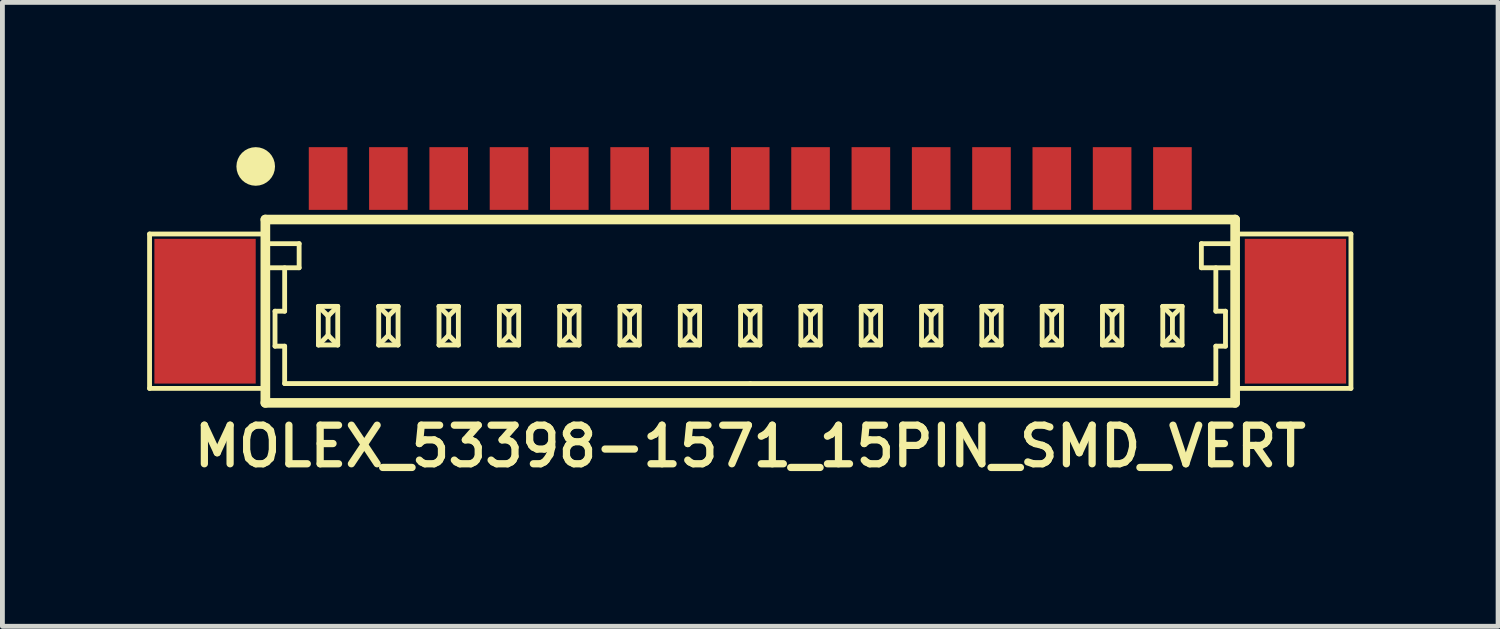
<source format=kicad_pcb>
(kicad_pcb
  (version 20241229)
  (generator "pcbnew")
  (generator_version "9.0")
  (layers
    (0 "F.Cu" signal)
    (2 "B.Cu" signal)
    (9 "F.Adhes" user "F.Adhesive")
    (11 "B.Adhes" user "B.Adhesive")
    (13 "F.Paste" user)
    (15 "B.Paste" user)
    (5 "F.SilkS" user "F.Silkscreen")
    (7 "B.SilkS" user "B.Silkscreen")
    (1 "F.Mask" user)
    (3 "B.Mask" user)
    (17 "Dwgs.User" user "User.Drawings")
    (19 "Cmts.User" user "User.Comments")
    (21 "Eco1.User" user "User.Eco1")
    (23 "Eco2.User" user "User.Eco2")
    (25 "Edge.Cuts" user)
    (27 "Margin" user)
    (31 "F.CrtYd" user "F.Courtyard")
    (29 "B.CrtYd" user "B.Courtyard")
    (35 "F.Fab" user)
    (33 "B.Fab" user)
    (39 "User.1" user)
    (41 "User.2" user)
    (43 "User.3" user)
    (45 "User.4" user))
  (footprint "MOLEX_53398-1571_15PIN_SMD_VERT"
    (layer "F.Cu")
    (at 12.5 3.4)
    (property "Reference" "MOLEX_53398-1571_15PIN_SMD_VERT" (at 0 2.8 0) (layer "F.SilkS") (effects (font (size 0.8 0.8) (thickness 0.15))))
    (attr through_hole)
    (fp_line (start -12.45 -1.6) (end -10.05 -1.6) (stroke (width 0.1) (type solid)) (layer "F.SilkS"))
    (fp_line (start -12.45 1.6) (end -12.45 -1.6) (stroke (width 0.1) (type solid)) (layer "F.SilkS"))
    (fp_line (start -10.05 -1.9) (end -10.05 1.9) (stroke (width 0.2) (type solid)) (layer "F.SilkS"))
    (fp_line (start -10.05 -1.9) (end 10.05 -1.9) (stroke (width 0.2) (type solid)) (layer "F.SilkS"))
    (fp_line (start -10.05 -0.9) (end -9.35 -0.9) (stroke (width 0.1) (type solid)) (layer "F.SilkS"))
    (fp_line (start -10.05 1.6) (end -12.45 1.6) (stroke (width 0.1) (type solid)) (layer "F.SilkS"))
    (fp_line (start -10.05 1.9) (end 10.05 1.9) (stroke (width 0.2) (type solid)) (layer "F.SilkS"))
    (fp_line (start -9.85 0) (end -9.65 0) (stroke (width 0.1) (type solid)) (layer "F.SilkS"))
    (fp_line (start -9.85 0.725) (end -9.85 0) (stroke (width 0.1) (type solid)) (layer "F.SilkS"))
    (fp_line (start -9.65 0) (end -9.65 -0.9) (stroke (width 0.1) (type solid)) (layer "F.SilkS"))
    (fp_line (start -9.65 0.725) (end -9.85 0.725) (stroke (width 0.1) (type solid)) (layer "F.SilkS"))
    (fp_line (start -9.65 1.5) (end -9.65 0.725) (stroke (width 0.1) (type solid)) (layer "F.SilkS"))
    (fp_line (start -9.35 -1.4) (end -10.05 -1.4) (stroke (width 0.1) (type solid)) (layer "F.SilkS"))
    (fp_line (start -9.35 -0.9) (end -9.35 -1.4) (stroke (width 0.1) (type solid)) (layer "F.SilkS"))
    (fp_line (start -8.95 -0.1) (end -8.95 0.7) (stroke (width 0.1) (type solid)) (layer "F.SilkS"))
    (fp_line (start -8.95 -0.1) (end -8.75 0.1) (stroke (width 0.1) (type solid)) (layer "F.SilkS"))
    (fp_line (start -8.95 -0.1) (end -8.55 -0.1) (stroke (width 0.1) (type solid)) (layer "F.SilkS"))
    (fp_line (start -8.95 0.7) (end -8.75 0.5) (stroke (width 0.1) (type solid)) (layer "F.SilkS"))
    (fp_line (start -8.95 0.7) (end -8.55 0.7) (stroke (width 0.1) (type solid)) (layer "F.SilkS"))
    (fp_line (start -8.75 0.1) (end -8.55 -0.1) (stroke (width 0.1) (type solid)) (layer "F.SilkS"))
    (fp_line (start -8.75 0.5) (end -8.75 0.1) (stroke (width 0.1) (type solid)) (layer "F.SilkS"))
    (fp_line (start -8.75 0.5) (end -8.55 0.7) (stroke (width 0.1) (type solid)) (layer "F.SilkS"))
    (fp_line (start -8.55 -0.1) (end -8.55 0.7) (stroke (width 0.1) (type solid)) (layer "F.SilkS"))
    (fp_line (start -7.7 -0.1) (end -7.7 0.7) (stroke (width 0.1) (type solid)) (layer "F.SilkS"))
    (fp_line (start -7.7 -0.1) (end -7.5 0.1) (stroke (width 0.1) (type solid)) (layer "F.SilkS"))
    (fp_line (start -7.7 -0.1) (end -7.3 -0.1) (stroke (width 0.1) (type solid)) (layer "F.SilkS"))
    (fp_line (start -7.7 0.7) (end -7.5 0.5) (stroke (width 0.1) (type solid)) (layer "F.SilkS"))
    (fp_line (start -7.7 0.7) (end -7.3 0.7) (stroke (width 0.1) (type solid)) (layer "F.SilkS"))
    (fp_line (start -7.5 0.1) (end -7.3 -0.1) (stroke (width 0.1) (type solid)) (layer "F.SilkS"))
    (fp_line (start -7.5 0.5) (end -7.5 0.1) (stroke (width 0.1) (type solid)) (layer "F.SilkS"))
    (fp_line (start -7.5 0.5) (end -7.3 0.7) (stroke (width 0.1) (type solid)) (layer "F.SilkS"))
    (fp_line (start -7.3 -0.1) (end -7.3 0.7) (stroke (width 0.1) (type solid)) (layer "F.SilkS"))
    (fp_line (start -6.45 -0.1) (end -6.45 0.7) (stroke (width 0.1) (type solid)) (layer "F.SilkS"))
    (fp_line (start -6.45 -0.1) (end -6.25 0.1) (stroke (width 0.1) (type solid)) (layer "F.SilkS"))
    (fp_line (start -6.45 -0.1) (end -6.05 -0.1) (stroke (width 0.1) (type solid)) (layer "F.SilkS"))
    (fp_line (start -6.45 0.7) (end -6.25 0.5) (stroke (width 0.1) (type solid)) (layer "F.SilkS"))
    (fp_line (start -6.45 0.7) (end -6.05 0.7) (stroke (width 0.1) (type solid)) (layer "F.SilkS"))
    (fp_line (start -6.25 0.1) (end -6.05 -0.1) (stroke (width 0.1) (type solid)) (layer "F.SilkS"))
    (fp_line (start -6.25 0.5) (end -6.25 0.1) (stroke (width 0.1) (type solid)) (layer "F.SilkS"))
    (fp_line (start -6.25 0.5) (end -6.05 0.7) (stroke (width 0.1) (type solid)) (layer "F.SilkS"))
    (fp_line (start -6.05 -0.1) (end -6.05 0.7) (stroke (width 0.1) (type solid)) (layer "F.SilkS"))
    (fp_line (start -5.2 -0.1) (end -5.2 0.7) (stroke (width 0.1) (type solid)) (layer "F.SilkS"))
    (fp_line (start -5.2 -0.1) (end -5 0.1) (stroke (width 0.1) (type solid)) (layer "F.SilkS"))
    (fp_line (start -5.2 -0.1) (end -4.8 -0.1) (stroke (width 0.1) (type solid)) (layer "F.SilkS"))
    (fp_line (start -5.2 0.7) (end -5 0.5) (stroke (width 0.1) (type solid)) (layer "F.SilkS"))
    (fp_line (start -5.2 0.7) (end -4.8 0.7) (stroke (width 0.1) (type solid)) (layer "F.SilkS"))
    (fp_line (start -5 0.1) (end -4.8 -0.1) (stroke (width 0.1) (type solid)) (layer "F.SilkS"))
    (fp_line (start -5 0.5) (end -5 0.1) (stroke (width 0.1) (type solid)) (layer "F.SilkS"))
    (fp_line (start -5 0.5) (end -4.8 0.7) (stroke (width 0.1) (type solid)) (layer "F.SilkS"))
    (fp_line (start -4.8 -0.1) (end -4.8 0.7) (stroke (width 0.1) (type solid)) (layer "F.SilkS"))
    (fp_line (start -3.95 -0.1) (end -3.95 0.7) (stroke (width 0.1) (type solid)) (layer "F.SilkS"))
    (fp_line (start -3.95 -0.1) (end -3.75 0.1) (stroke (width 0.1) (type solid)) (layer "F.SilkS"))
    (fp_line (start -3.95 -0.1) (end -3.55 -0.1) (stroke (width 0.1) (type solid)) (layer "F.SilkS"))
    (fp_line (start -3.95 0.7) (end -3.75 0.5) (stroke (width 0.1) (type solid)) (layer "F.SilkS"))
    (fp_line (start -3.95 0.7) (end -3.55 0.7) (stroke (width 0.1) (type solid)) (layer "F.SilkS"))
    (fp_line (start -3.75 0.1) (end -3.55 -0.1) (stroke (width 0.1) (type solid)) (layer "F.SilkS"))
    (fp_line (start -3.75 0.5) (end -3.75 0.1) (stroke (width 0.1) (type solid)) (layer "F.SilkS"))
    (fp_line (start -3.75 0.5) (end -3.55 0.7) (stroke (width 0.1) (type solid)) (layer "F.SilkS"))
    (fp_line (start -3.55 -0.1) (end -3.55 0.7) (stroke (width 0.1) (type solid)) (layer "F.SilkS"))
    (fp_line (start -2.7 -0.1) (end -2.7 0.7) (stroke (width 0.1) (type solid)) (layer "F.SilkS"))
    (fp_line (start -2.7 -0.1) (end -2.5 0.1) (stroke (width 0.1) (type solid)) (layer "F.SilkS"))
    (fp_line (start -2.7 -0.1) (end -2.3 -0.1) (stroke (width 0.1) (type solid)) (layer "F.SilkS"))
    (fp_line (start -2.7 0.7) (end -2.5 0.5) (stroke (width 0.1) (type solid)) (layer "F.SilkS"))
    (fp_line (start -2.7 0.7) (end -2.3 0.7) (stroke (width 0.1) (type solid)) (layer "F.SilkS"))
    (fp_line (start -2.5 0.1) (end -2.3 -0.1) (stroke (width 0.1) (type solid)) (layer "F.SilkS"))
    (fp_line (start -2.5 0.5) (end -2.5 0.1) (stroke (width 0.1) (type solid)) (layer "F.SilkS"))
    (fp_line (start -2.5 0.5) (end -2.3 0.7) (stroke (width 0.1) (type solid)) (layer "F.SilkS"))
    (fp_line (start -2.3 -0.1) (end -2.3 0.7) (stroke (width 0.1) (type solid)) (layer "F.SilkS"))
    (fp_line (start -1.45 -0.1) (end -1.45 0.7) (stroke (width 0.1) (type solid)) (layer "F.SilkS"))
    (fp_line (start -1.45 -0.1) (end -1.25 0.1) (stroke (width 0.1) (type solid)) (layer "F.SilkS"))
    (fp_line (start -1.45 -0.1) (end -1.05 -0.1) (stroke (width 0.1) (type solid)) (layer "F.SilkS"))
    (fp_line (start -1.45 0.7) (end -1.25 0.5) (stroke (width 0.1) (type solid)) (layer "F.SilkS"))
    (fp_line (start -1.45 0.7) (end -1.05 0.7) (stroke (width 0.1) (type solid)) (layer "F.SilkS"))
    (fp_line (start -1.25 0.1) (end -1.05 -0.1) (stroke (width 0.1) (type solid)) (layer "F.SilkS"))
    (fp_line (start -1.25 0.5) (end -1.25 0.1) (stroke (width 0.1) (type solid)) (layer "F.SilkS"))
    (fp_line (start -1.25 0.5) (end -1.05 0.7) (stroke (width 0.1) (type solid)) (layer "F.SilkS"))
    (fp_line (start -1.05 -0.1) (end -1.05 0.7) (stroke (width 0.1) (type solid)) (layer "F.SilkS"))
    (fp_line (start -0.2 -0.1) (end -0.2 0.7) (stroke (width 0.1) (type solid)) (layer "F.SilkS"))
    (fp_line (start -0.2 -0.1) (end 0 0.1) (stroke (width 0.1) (type solid)) (layer "F.SilkS"))
    (fp_line (start -0.2 -0.1) (end 0.2 -0.1) (stroke (width 0.1) (type solid)) (layer "F.SilkS"))
    (fp_line (start -0.2 0.7) (end 0 0.5) (stroke (width 0.1) (type solid)) (layer "F.SilkS"))
    (fp_line (start -0.2 0.7) (end 0.2 0.7) (stroke (width 0.1) (type solid)) (layer "F.SilkS"))
    (fp_line (start 0 0.1) (end 0.2 -0.1) (stroke (width 0.1) (type solid)) (layer "F.SilkS"))
    (fp_line (start 0 0.5) (end 0 0.1) (stroke (width 0.1) (type solid)) (layer "F.SilkS"))
    (fp_line (start 0 0.5) (end 0.2 0.7) (stroke (width 0.1) (type solid)) (layer "F.SilkS"))
    (fp_line (start 0 1.5) (end -9.65 1.5) (stroke (width 0.1) (type solid)) (layer "F.SilkS"))
    (fp_line (start 0 1.5) (end 9.65 1.5) (stroke (width 0.1) (type solid)) (layer "F.SilkS"))
    (fp_line (start 0.2 -0.1) (end 0.2 0.7) (stroke (width 0.1) (type solid)) (layer "F.SilkS"))
    (fp_line (start 1.05 -0.1) (end 1.05 0.7) (stroke (width 0.1) (type solid)) (layer "F.SilkS"))
    (fp_line (start 1.05 -0.1) (end 1.25 0.1) (stroke (width 0.1) (type solid)) (layer "F.SilkS"))
    (fp_line (start 1.05 -0.1) (end 1.45 -0.1) (stroke (width 0.1) (type solid)) (layer "F.SilkS"))
    (fp_line (start 1.05 0.7) (end 1.25 0.5) (stroke (width 0.1) (type solid)) (layer "F.SilkS"))
    (fp_line (start 1.05 0.7) (end 1.45 0.7) (stroke (width 0.1) (type solid)) (layer "F.SilkS"))
    (fp_line (start 1.25 0.1) (end 1.45 -0.1) (stroke (width 0.1) (type solid)) (layer "F.SilkS"))
    (fp_line (start 1.25 0.5) (end 1.25 0.1) (stroke (width 0.1) (type solid)) (layer "F.SilkS"))
    (fp_line (start 1.25 0.5) (end 1.45 0.7) (stroke (width 0.1) (type solid)) (layer "F.SilkS"))
    (fp_line (start 1.45 -0.1) (end 1.45 0.7) (stroke (width 0.1) (type solid)) (layer "F.SilkS"))
    (fp_line (start 2.3 -0.1) (end 2.3 0.7) (stroke (width 0.1) (type solid)) (layer "F.SilkS"))
    (fp_line (start 2.3 -0.1) (end 2.5 0.1) (stroke (width 0.1) (type solid)) (layer "F.SilkS"))
    (fp_line (start 2.3 -0.1) (end 2.7 -0.1) (stroke (width 0.1) (type solid)) (layer "F.SilkS"))
    (fp_line (start 2.3 0.7) (end 2.5 0.5) (stroke (width 0.1) (type solid)) (layer "F.SilkS"))
    (fp_line (start 2.3 0.7) (end 2.7 0.7) (stroke (width 0.1) (type solid)) (layer "F.SilkS"))
    (fp_line (start 2.5 0.1) (end 2.7 -0.1) (stroke (width 0.1) (type solid)) (layer "F.SilkS"))
    (fp_line (start 2.5 0.5) (end 2.5 0.1) (stroke (width 0.1) (type solid)) (layer "F.SilkS"))
    (fp_line (start 2.5 0.5) (end 2.7 0.7) (stroke (width 0.1) (type solid)) (layer "F.SilkS"))
    (fp_line (start 2.7 -0.1) (end 2.7 0.7) (stroke (width 0.1) (type solid)) (layer "F.SilkS"))
    (fp_line (start 3.55 -0.1) (end 3.55 0.7) (stroke (width 0.1) (type solid)) (layer "F.SilkS"))
    (fp_line (start 3.55 -0.1) (end 3.75 0.1) (stroke (width 0.1) (type solid)) (layer "F.SilkS"))
    (fp_line (start 3.55 -0.1) (end 3.95 -0.1) (stroke (width 0.1) (type solid)) (layer "F.SilkS"))
    (fp_line (start 3.55 0.7) (end 3.75 0.5) (stroke (width 0.1) (type solid)) (layer "F.SilkS"))
    (fp_line (start 3.55 0.7) (end 3.95 0.7) (stroke (width 0.1) (type solid)) (layer "F.SilkS"))
    (fp_line (start 3.75 0.1) (end 3.95 -0.1) (stroke (width 0.1) (type solid)) (layer "F.SilkS"))
    (fp_line (start 3.75 0.5) (end 3.75 0.1) (stroke (width 0.1) (type solid)) (layer "F.SilkS"))
    (fp_line (start 3.75 0.5) (end 3.95 0.7) (stroke (width 0.1) (type solid)) (layer "F.SilkS"))
    (fp_line (start 3.95 -0.1) (end 3.95 0.7) (stroke (width 0.1) (type solid)) (layer "F.SilkS"))
    (fp_line (start 4.8 -0.1) (end 4.8 0.7) (stroke (width 0.1) (type solid)) (layer "F.SilkS"))
    (fp_line (start 4.8 -0.1) (end 5 0.1) (stroke (width 0.1) (type solid)) (layer "F.SilkS"))
    (fp_line (start 4.8 -0.1) (end 5.2 -0.1) (stroke (width 0.1) (type solid)) (layer "F.SilkS"))
    (fp_line (start 4.8 0.7) (end 5 0.5) (stroke (width 0.1) (type solid)) (layer "F.SilkS"))
    (fp_line (start 4.8 0.7) (end 5.2 0.7) (stroke (width 0.1) (type solid)) (layer "F.SilkS"))
    (fp_line (start 5 0.1) (end 5.2 -0.1) (stroke (width 0.1) (type solid)) (layer "F.SilkS"))
    (fp_line (start 5 0.5) (end 5 0.1) (stroke (width 0.1) (type solid)) (layer "F.SilkS"))
    (fp_line (start 5 0.5) (end 5.2 0.7) (stroke (width 0.1) (type solid)) (layer "F.SilkS"))
    (fp_line (start 5.2 -0.1) (end 5.2 0.7) (stroke (width 0.1) (type solid)) (layer "F.SilkS"))
    (fp_line (start 6.05 -0.1) (end 6.05 0.7) (stroke (width 0.1) (type solid)) (layer "F.SilkS"))
    (fp_line (start 6.05 -0.1) (end 6.25 0.1) (stroke (width 0.1) (type solid)) (layer "F.SilkS"))
    (fp_line (start 6.05 -0.1) (end 6.45 -0.1) (stroke (width 0.1) (type solid)) (layer "F.SilkS"))
    (fp_line (start 6.05 0.7) (end 6.25 0.5) (stroke (width 0.1) (type solid)) (layer "F.SilkS"))
    (fp_line (start 6.05 0.7) (end 6.45 0.7) (stroke (width 0.1) (type solid)) (layer "F.SilkS"))
    (fp_line (start 6.25 0.1) (end 6.45 -0.1) (stroke (width 0.1) (type solid)) (layer "F.SilkS"))
    (fp_line (start 6.25 0.5) (end 6.25 0.1) (stroke (width 0.1) (type solid)) (layer "F.SilkS"))
    (fp_line (start 6.25 0.5) (end 6.45 0.7) (stroke (width 0.1) (type solid)) (layer "F.SilkS"))
    (fp_line (start 6.45 -0.1) (end 6.45 0.7) (stroke (width 0.1) (type solid)) (layer "F.SilkS"))
    (fp_line (start 7.3 -0.1) (end 7.3 0.7) (stroke (width 0.1) (type solid)) (layer "F.SilkS"))
    (fp_line (start 7.3 -0.1) (end 7.5 0.1) (stroke (width 0.1) (type solid)) (layer "F.SilkS"))
    (fp_line (start 7.3 -0.1) (end 7.7 -0.1) (stroke (width 0.1) (type solid)) (layer "F.SilkS"))
    (fp_line (start 7.3 0.7) (end 7.5 0.5) (stroke (width 0.1) (type solid)) (layer "F.SilkS"))
    (fp_line (start 7.3 0.7) (end 7.7 0.7) (stroke (width 0.1) (type solid)) (layer "F.SilkS"))
    (fp_line (start 7.5 0.1) (end 7.7 -0.1) (stroke (width 0.1) (type solid)) (layer "F.SilkS"))
    (fp_line (start 7.5 0.5) (end 7.5 0.1) (stroke (width 0.1) (type solid)) (layer "F.SilkS"))
    (fp_line (start 7.5 0.5) (end 7.7 0.7) (stroke (width 0.1) (type solid)) (layer "F.SilkS"))
    (fp_line (start 7.7 -0.1) (end 7.7 0.7) (stroke (width 0.1) (type solid)) (layer "F.SilkS"))
    (fp_line (start 8.55 -0.1) (end 8.55 0.7) (stroke (width 0.1) (type solid)) (layer "F.SilkS"))
    (fp_line (start 8.55 -0.1) (end 8.75 0.1) (stroke (width 0.1) (type solid)) (layer "F.SilkS"))
    (fp_line (start 8.55 -0.1) (end 8.95 -0.1) (stroke (width 0.1) (type solid)) (layer "F.SilkS"))
    (fp_line (start 8.55 0.7) (end 8.75 0.5) (stroke (width 0.1) (type solid)) (layer "F.SilkS"))
    (fp_line (start 8.55 0.7) (end 8.95 0.7) (stroke (width 0.1) (type solid)) (layer "F.SilkS"))
    (fp_line (start 8.75 0.1) (end 8.95 -0.1) (stroke (width 0.1) (type solid)) (layer "F.SilkS"))
    (fp_line (start 8.75 0.5) (end 8.75 0.1) (stroke (width 0.1) (type solid)) (layer "F.SilkS"))
    (fp_line (start 8.75 0.5) (end 8.95 0.7) (stroke (width 0.1) (type solid)) (layer "F.SilkS"))
    (fp_line (start 8.95 -0.1) (end 8.95 0.7) (stroke (width 0.1) (type solid)) (layer "F.SilkS"))
    (fp_line (start 9.35 -1.4) (end 10.05 -1.4) (stroke (width 0.1) (type solid)) (layer "F.SilkS"))
    (fp_line (start 9.35 -0.9) (end 9.35 -1.4) (stroke (width 0.1) (type solid)) (layer "F.SilkS"))
    (fp_line (start 9.65 0) (end 9.65 -0.9) (stroke (width 0.1) (type solid)) (layer "F.SilkS"))
    (fp_line (start 9.65 0.725) (end 9.85 0.725) (stroke (width 0.1) (type solid)) (layer "F.SilkS"))
    (fp_line (start 9.65 1.5) (end 9.65 0.725) (stroke (width 0.1) (type solid)) (layer "F.SilkS"))
    (fp_line (start 9.85 0) (end 9.65 0) (stroke (width 0.1) (type solid)) (layer "F.SilkS"))
    (fp_line (start 9.85 0.725) (end 9.85 0) (stroke (width 0.1) (type solid)) (layer "F.SilkS"))
    (fp_line (start 10.05 -1.9) (end 10.05 1.9) (stroke (width 0.2) (type solid)) (layer "F.SilkS"))
    (fp_line (start 10.05 -0.9) (end 9.35 -0.9) (stroke (width 0.1) (type solid)) (layer "F.SilkS"))
    (fp_line (start 10.05 1.6) (end 12.45 1.6) (stroke (width 0.1) (type solid)) (layer "F.SilkS"))
    (fp_line (start 12.45 -1.6) (end 10.05 -1.6) (stroke (width 0.1) (type solid)) (layer "F.SilkS"))
    (fp_line (start 12.45 1.6) (end 12.45 -1.6) (stroke (width 0.1) (type solid)) (layer "F.SilkS"))
    (fp_circle (center -10.25 -3) (end -10.25 -2.8) (stroke (width 0.4) (type solid)) (fill no) (layer "F.SilkS"))
    (pad "" smd rect (at -11.3 0) (size 2.1 3) (layers "F.Cu" "F.Mask"))
    (pad "" smd rect (at 11.3 0) (size 2.1 3) (layers "F.Cu" "F.Mask"))
    (pad "1" smd rect (at -8.75 -2.75) (size 0.8 1.3) (layers "F.Cu" "F.Mask"))
    (pad "2" smd rect (at -7.5 -2.75) (size 0.8 1.3) (layers "F.Cu" "F.Mask"))
    (pad "3" smd rect (at -6.25 -2.75) (size 0.8 1.3) (layers "F.Cu" "F.Mask"))
    (pad "4" smd rect (at -5 -2.75) (size 0.8 1.3) (layers "F.Cu" "F.Mask"))
    (pad "5" smd rect (at -3.75 -2.75) (size 0.8 1.3) (layers "F.Cu" "F.Mask"))
    (pad "6" smd rect (at -2.5 -2.75) (size 0.8 1.3) (layers "F.Cu" "F.Mask"))
    (pad "7" smd rect (at -1.25 -2.75) (size 0.8 1.3) (layers "F.Cu" "F.Mask"))
    (pad "8" smd rect (at 0 -2.75) (size 0.8 1.3) (layers "F.Cu" "F.Mask"))
    (pad "9" smd rect (at 1.25 -2.75) (size 0.8 1.3) (layers "F.Cu" "F.Mask"))
    (pad "10" smd rect (at 2.5 -2.75) (size 0.8 1.3) (layers "F.Cu" "F.Mask"))
    (pad "11" smd rect (at 3.75 -2.75) (size 0.8 1.3) (layers "F.Cu" "F.Mask"))
    (pad "12" smd rect (at 5 -2.75) (size 0.8 1.3) (layers "F.Cu" "F.Mask"))
    (pad "13" smd rect (at 6.25 -2.75) (size 0.8 1.3) (layers "F.Cu" "F.Mask"))
    (pad "14" smd rect (at 7.5 -2.75) (size 0.8 1.3) (layers "F.Cu" "F.Mask"))
    (pad "15" smd rect (at 8.75 -2.75) (size 0.8 1.3) (layers "F.Cu" "F.Mask")))
  (gr_rect
    (start -3 -3)
    (end 28 9.931)
    (stroke (width 0.1) (type default))
    (fill no)
    (layer "Edge.Cuts")))
</source>
